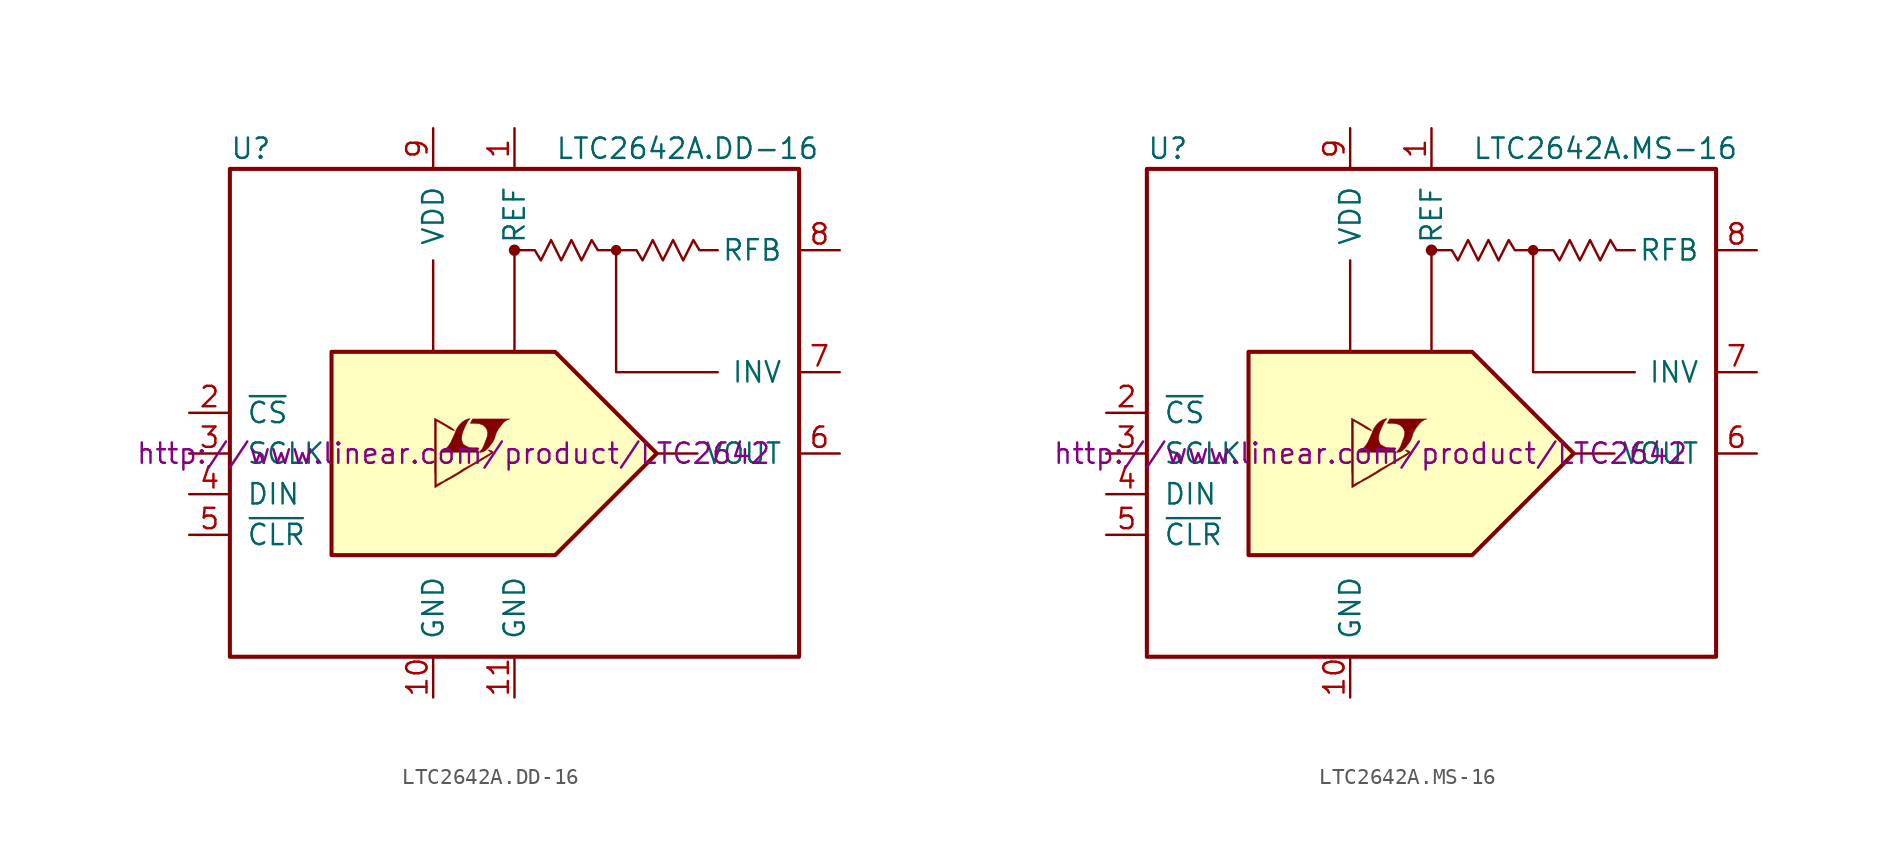
<source format=kicad_sym>
(kicad_symbol_lib
  (version 20201005)
  (generator kicad_symbol_editor)
  (symbol "LTC2642A.DD-16"
    (pin_names
      (offset 1.016))
    (property "Reference" "U"
      (at -17.78 16.51 0)
      (effects (font (size 1.27 1.27)) (justify left)))
    (property "Value" "LTC2642A.DD-16"
      (at 2.54 16.51 0)
      (effects (font (size 1.27 1.27)) (justify left)))
    (property "Datasheet" "http://www.linear.com/product/LTC2642"
      (at -3.81 -2.54 0)
      (effects (font (size 1.27 1.27))))
    (symbol "LTC2642A.DD-16_0_0"
      (circle (center 0 10.16) (radius 0.279) (stroke (width 0)) (fill (type outline)))
      (circle (center 6.35 10.16) (radius 0.254) (stroke (width 0)) (fill (type outline)))
      (rectangle (start -17.78 15.24) (end 17.78 -15.24) (stroke (width 0.254)) (fill (type none)))
      (polyline (pts (xy -5.08 3.81) (xy -5.08 9.525)) (stroke (width 0)) (fill (type none)))
      (polyline (pts (xy 0 3.81) (xy 0 10.16)) (stroke (width 0)) (fill (type none)))
      (polyline (pts (xy 6.35 10.16) (xy 6.35 2.54) (xy 12.7 2.54)) (stroke (width 0)) (fill (type none)))
      (polyline (pts (xy -11.43 3.81) (xy -11.43 -8.89) (xy 2.54 -8.89) (xy 8.89 -2.54) (xy 2.54 3.81) (xy -11.43 3.81)) (stroke (width 0.254)) (fill (type background)))
      (polyline (pts (xy 6.35 10.16) (xy 7.62 10.16) (xy 8.001 9.525) (xy 8.636 10.795) (xy 9.271 9.525) (xy 9.906 10.795) (xy 10.541 9.525) (xy 11.176 10.795) (xy 11.557 10.16) (xy 12.7 10.16)) (stroke (width 0)) (fill (type none)))
      (polyline (pts (xy -1.956 -2.438) (xy -1.778 -2.337) (xy -1.626 -2.184) (xy -1.321 -1.778) (xy -1.219 -1.524) (xy -1.143 -1.27) (xy -0.991 -0.991) (xy -0.813 -0.762) (xy -0.635 -0.559) (xy -0.432 -0.432) (xy -0.279 -0.381) (xy -2.616 -0.381) (xy -2.692 -0.508) (xy -2.692 -0.533) (xy -2.743 -0.61) (xy -2.769 -0.635) (xy -2.718 -0.66) (xy -2.438 -0.66) (xy -2.184 -0.686) (xy -1.981 -0.762) (xy -1.829 -0.889) (xy -1.727 -1.041) (xy -1.676 -1.219) (xy -1.702 -1.448) (xy -1.702 -1.473) (xy -1.93 -2.083) (xy -2.032 -2.261) (xy -2.134 -2.388) (xy -2.21 -2.464) (xy -2.108 -2.464) (xy -1.956 -2.438)) (stroke (width 0.025)) (fill (type outline)))
      (polyline (pts (xy -2.311 -2.362) (xy -2.286 -2.337) (xy -2.235 -2.261) (xy -2.235 -2.21) (xy -2.286 -2.184) (xy -2.591 -2.184) (xy -2.845 -2.159) (xy -3.048 -2.057) (xy -3.2 -1.956) (xy -3.277 -1.778) (xy -3.302 -1.6) (xy -3.277 -1.372) (xy -3.277 -1.346) (xy -3.226 -1.194) (xy -3.073 -0.838) (xy -2.921 -0.533) (xy -2.845 -0.457) (xy -2.769 -0.356) (xy -2.896 -0.381) (xy -3.048 -0.432) (xy -3.251 -0.559) (xy -3.429 -0.737) (xy -3.581 -0.94) (xy -3.708 -1.219) (xy -3.708 -1.245) (xy -3.861 -1.575) (xy -3.988 -1.854) (xy -4.14 -2.083) (xy -4.293 -2.235) (xy -4.47 -2.362) (xy -4.648 -2.464) (xy -2.362 -2.464) (xy -2.311 -2.362)) (stroke (width 0.025)) (fill (type outline)))
      (polyline (pts (xy -4.902 -4.648) (xy -4.826 -4.597) (xy -4.699 -4.521) (xy -4.623 -4.47) (xy -4.369 -4.318) (xy -3.81 -4.013) (xy -3.302 -3.708) (xy -3.073 -3.556) (xy -2.896 -3.454) (xy -2.743 -3.353) (xy -2.642 -3.302) (xy -2.565 -3.251) (xy -2.413 -3.175) (xy -2.235 -3.073) (xy -1.829 -2.819) (xy -1.651 -2.718) (xy -1.499 -2.616) (xy -1.397 -2.54) (xy -1.321 -2.489) (xy -1.295 -2.464) (xy -1.448 -2.362) (xy -1.6 -2.311) (xy -1.626 -2.337) (xy -1.626 -2.362) (xy -1.549 -2.413) (xy -1.448 -2.489) (xy -2.362 -3.023) (xy -2.565 -3.15) (xy -2.87 -3.327) (xy -3.2 -3.505) (xy -3.505 -3.708) (xy -3.81 -3.886) (xy -4.064 -4.039) (xy -4.267 -4.14) (xy -4.445 -4.267) (xy -4.623 -4.343) (xy -4.75 -4.42) (xy -4.851 -4.47) (xy -4.877 -4.496) (xy -4.877 -0.508) (xy -4.343 -0.813) (xy -4.216 -0.889) (xy -4.064 -0.991) (xy -3.912 -1.067) (xy -3.835 -1.092) (xy -3.785 -1.118) (xy -3.759 -1.118) (xy -3.759 -1.067) (xy -3.835 -1.016) (xy -3.962 -0.914) (xy -4.14 -0.813) (xy -4.267 -0.737) (xy -4.623 -0.533) (xy -4.75 -0.457) (xy -5.004 -0.33) (xy -5.004 -3.607) (xy -4.978 -3.912) (xy -4.978 -4.674) (xy -4.953 -4.674) (xy -4.902 -4.648)) (stroke (width 0.025)) (fill (type outline))))
    (symbol "LTC2642A.DD-16_0_1"
      (polyline (pts (xy 8.89 -2.54) (xy 11.43 -2.54)) (stroke (width 0)) (fill (type none)))
      (polyline (pts (xy 0 10.16) (xy 1.27 10.16) (xy 1.651 9.525) (xy 2.286 10.795) (xy 2.921 9.525) (xy 3.556 10.795) (xy 4.191 9.525) (xy 4.826 10.795) (xy 5.207 10.16) (xy 6.35 10.16)) (stroke (width 0)) (fill (type none))))
    (symbol "LTC2642A.DD-16_1_1"
      (pin passive line (at 0 17.78 270) (length 2.54) (name "REF" (effects (font (size 1.27 1.27)))) (number "1" (effects (font (size 1.27 1.27)))))
      (pin power_in line (at -5.08 -17.78 90) (length 2.54) (name "GND" (effects (font (size 1.27 1.27)))) (number "10" (effects (font (size 1.27 1.27)))))
      (pin power_in line (at 0 -17.78 90) (length 2.54) (name "GND" (effects (font (size 1.27 1.27)))) (number "11" (effects (font (size 1.27 1.27)))))
      (pin input line (at -20.32 0 0) (length 2.54) (name "~CS~" (effects (font (size 1.27 1.27)))) (number "2" (effects (font (size 1.27 1.27)))))
      (pin input line (at -20.32 -2.54 0) (length 2.54) (name "SCLK" (effects (font (size 1.27 1.27)))) (number "3" (effects (font (size 1.27 1.27)))))
      (pin input line (at -20.32 -5.08 0) (length 2.54) (name "DIN" (effects (font (size 1.27 1.27)))) (number "4" (effects (font (size 1.27 1.27)))))
      (pin input line (at -20.32 -7.62 0) (length 2.54) (name "~CLR~" (effects (font (size 1.27 1.27)))) (number "5" (effects (font (size 1.27 1.27)))))
      (pin output line (at 20.32 -2.54 180) (length 2.54) (name "VOUT" (effects (font (size 1.27 1.27)))) (number "6" (effects (font (size 1.27 1.27)))))
      (pin passive line (at 20.32 2.54 180) (length 2.54) (name "INV" (effects (font (size 1.27 1.27)))) (number "7" (effects (font (size 1.27 1.27)))))
      (pin passive line (at 20.32 10.16 180) (length 2.54) (name "RFB" (effects (font (size 1.27 1.27)))) (number "8" (effects (font (size 1.27 1.27)))))
      (pin power_in line (at -5.08 17.78 270) (length 2.54) (name "VDD" (effects (font (size 1.27 1.27)))) (number "9" (effects (font (size 1.27 1.27)))))))
  (symbol "LTC2642A.MS-16"
    (pin_names
      (offset 1.016))
    (property "Reference" "U"
      (at -17.78 16.51 0)
      (effects (font (size 1.27 1.27)) (justify left)))
    (property "Value" "LTC2642A.MS-16"
      (at 2.54 16.51 0)
      (effects (font (size 1.27 1.27)) (justify left)))
    (property "Datasheet" "http://www.linear.com/product/LTC2642"
      (at -3.81 -2.54 0)
      (effects (font (size 1.27 1.27))))
    (symbol "LTC2642A.MS-16_0_0"
      (circle (center 0 10.16) (radius 0.279) (stroke (width 0)) (fill (type outline)))
      (circle (center 6.35 10.16) (radius 0.254) (stroke (width 0)) (fill (type outline)))
      (rectangle (start -17.78 15.24) (end 17.78 -15.24) (stroke (width 0.254)) (fill (type none)))
      (polyline (pts (xy -5.08 3.81) (xy -5.08 9.525)) (stroke (width 0)) (fill (type none)))
      (polyline (pts (xy 0 3.81) (xy 0 10.16)) (stroke (width 0)) (fill (type none)))
      (polyline (pts (xy 6.35 10.16) (xy 6.35 2.54) (xy 12.7 2.54)) (stroke (width 0)) (fill (type none)))
      (polyline (pts (xy -11.43 3.81) (xy -11.43 -8.89) (xy 2.54 -8.89) (xy 8.89 -2.54) (xy 2.54 3.81) (xy -11.43 3.81)) (stroke (width 0.254)) (fill (type background)))
      (polyline (pts (xy 6.35 10.16) (xy 7.62 10.16) (xy 8.001 9.525) (xy 8.636 10.795) (xy 9.271 9.525) (xy 9.906 10.795) (xy 10.541 9.525) (xy 11.176 10.795) (xy 11.557 10.16) (xy 12.7 10.16)) (stroke (width 0)) (fill (type none)))
      (polyline (pts (xy -1.956 -2.438) (xy -1.778 -2.337) (xy -1.626 -2.184) (xy -1.321 -1.778) (xy -1.219 -1.524) (xy -1.143 -1.27) (xy -0.991 -0.991) (xy -0.813 -0.762) (xy -0.635 -0.559) (xy -0.432 -0.432) (xy -0.279 -0.381) (xy -2.616 -0.381) (xy -2.692 -0.508) (xy -2.692 -0.533) (xy -2.743 -0.61) (xy -2.769 -0.635) (xy -2.718 -0.66) (xy -2.438 -0.66) (xy -2.184 -0.686) (xy -1.981 -0.762) (xy -1.829 -0.889) (xy -1.727 -1.041) (xy -1.676 -1.219) (xy -1.702 -1.448) (xy -1.702 -1.473) (xy -1.93 -2.083) (xy -2.032 -2.261) (xy -2.134 -2.388) (xy -2.21 -2.464) (xy -2.108 -2.464) (xy -1.956 -2.438)) (stroke (width 0.025)) (fill (type outline)))
      (polyline (pts (xy -2.311 -2.362) (xy -2.286 -2.337) (xy -2.235 -2.261) (xy -2.235 -2.21) (xy -2.286 -2.184) (xy -2.591 -2.184) (xy -2.845 -2.159) (xy -3.048 -2.057) (xy -3.2 -1.956) (xy -3.277 -1.778) (xy -3.302 -1.6) (xy -3.277 -1.372) (xy -3.277 -1.346) (xy -3.226 -1.194) (xy -3.073 -0.838) (xy -2.921 -0.533) (xy -2.845 -0.457) (xy -2.769 -0.356) (xy -2.896 -0.381) (xy -3.048 -0.432) (xy -3.251 -0.559) (xy -3.429 -0.737) (xy -3.581 -0.94) (xy -3.708 -1.219) (xy -3.708 -1.245) (xy -3.861 -1.575) (xy -3.988 -1.854) (xy -4.14 -2.083) (xy -4.293 -2.235) (xy -4.47 -2.362) (xy -4.648 -2.464) (xy -2.362 -2.464) (xy -2.311 -2.362)) (stroke (width 0.025)) (fill (type outline)))
      (polyline (pts (xy -4.902 -4.648) (xy -4.826 -4.597) (xy -4.699 -4.521) (xy -4.623 -4.47) (xy -4.369 -4.318) (xy -3.81 -4.013) (xy -3.302 -3.708) (xy -3.073 -3.556) (xy -2.896 -3.454) (xy -2.743 -3.353) (xy -2.642 -3.302) (xy -2.565 -3.251) (xy -2.413 -3.175) (xy -2.235 -3.073) (xy -1.829 -2.819) (xy -1.651 -2.718) (xy -1.499 -2.616) (xy -1.397 -2.54) (xy -1.321 -2.489) (xy -1.295 -2.464) (xy -1.448 -2.362) (xy -1.6 -2.311) (xy -1.626 -2.337) (xy -1.626 -2.362) (xy -1.549 -2.413) (xy -1.448 -2.489) (xy -2.362 -3.023) (xy -2.565 -3.15) (xy -2.87 -3.327) (xy -3.2 -3.505) (xy -3.505 -3.708) (xy -3.81 -3.886) (xy -4.064 -4.039) (xy -4.267 -4.14) (xy -4.445 -4.267) (xy -4.623 -4.343) (xy -4.75 -4.42) (xy -4.851 -4.47) (xy -4.877 -4.496) (xy -4.877 -0.508) (xy -4.343 -0.813) (xy -4.216 -0.889) (xy -4.064 -0.991) (xy -3.912 -1.067) (xy -3.835 -1.092) (xy -3.785 -1.118) (xy -3.759 -1.118) (xy -3.759 -1.067) (xy -3.835 -1.016) (xy -3.962 -0.914) (xy -4.14 -0.813) (xy -4.267 -0.737) (xy -4.623 -0.533) (xy -4.75 -0.457) (xy -5.004 -0.33) (xy -5.004 -3.607) (xy -4.978 -3.912) (xy -4.978 -4.674) (xy -4.953 -4.674) (xy -4.902 -4.648)) (stroke (width 0.025)) (fill (type outline))))
    (symbol "LTC2642A.MS-16_0_1"
      (polyline (pts (xy 8.89 -2.54) (xy 11.43 -2.54)) (stroke (width 0)) (fill (type none)))
      (polyline (pts (xy 0 10.16) (xy 1.27 10.16) (xy 1.651 9.525) (xy 2.286 10.795) (xy 2.921 9.525) (xy 3.556 10.795) (xy 4.191 9.525) (xy 4.826 10.795) (xy 5.207 10.16) (xy 6.35 10.16)) (stroke (width 0)) (fill (type none))))
    (symbol "LTC2642A.MS-16_1_1"
      (pin passive line (at 0 17.78 270) (length 2.54) (name "REF" (effects (font (size 1.27 1.27)))) (number "1" (effects (font (size 1.27 1.27)))))
      (pin power_in line (at -5.08 -17.78 90) (length 2.54) (name "GND" (effects (font (size 1.27 1.27)))) (number "10" (effects (font (size 1.27 1.27)))))
      (pin input line (at -20.32 0 0) (length 2.54) (name "~CS~" (effects (font (size 1.27 1.27)))) (number "2" (effects (font (size 1.27 1.27)))))
      (pin input line (at -20.32 -2.54 0) (length 2.54) (name "SCLK" (effects (font (size 1.27 1.27)))) (number "3" (effects (font (size 1.27 1.27)))))
      (pin input line (at -20.32 -5.08 0) (length 2.54) (name "DIN" (effects (font (size 1.27 1.27)))) (number "4" (effects (font (size 1.27 1.27)))))
      (pin input line (at -20.32 -7.62 0) (length 2.54) (name "~CLR~" (effects (font (size 1.27 1.27)))) (number "5" (effects (font (size 1.27 1.27)))))
      (pin output line (at 20.32 -2.54 180) (length 2.54) (name "VOUT" (effects (font (size 1.27 1.27)))) (number "6" (effects (font (size 1.27 1.27)))))
      (pin passive line (at 20.32 2.54 180) (length 2.54) (name "INV" (effects (font (size 1.27 1.27)))) (number "7" (effects (font (size 1.27 1.27)))))
      (pin passive line (at 20.32 10.16 180) (length 2.54) (name "RFB" (effects (font (size 1.27 1.27)))) (number "8" (effects (font (size 1.27 1.27)))))
      (pin power_in line (at -5.08 17.78 270) (length 2.54) (name "VDD" (effects (font (size 1.27 1.27)))) (number "9" (effects (font (size 1.27 1.27))))))))
</source>
